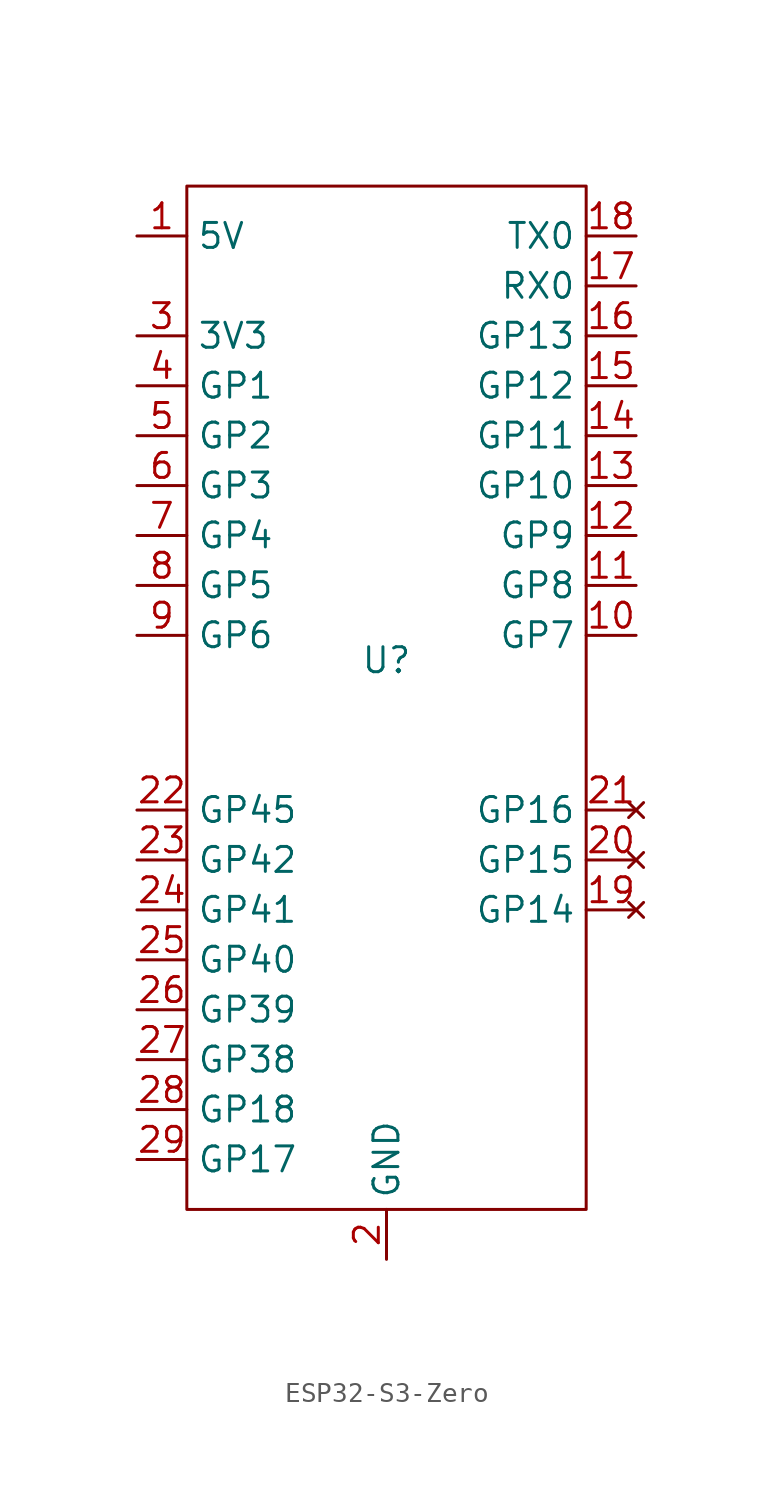
<source format=kicad_sym>
(kicad_symbol_lib
  (version 20241209)
  (generator "kicad_symbol_editor")
  (generator_version "9.0")
  (symbol "ESP32-S3-Zero"
    (property "Reference" "U"
      (at 0 0 0)
      (effects (font (size 1.27 1.27))))
    (property "Value" ""
      (at 0 0 0)
      (effects (font (size 1.27 1.27))))
    (symbol "ESP32-S3-Zero_0_0"
      (pin bidirectional line (at -12.7 21.59 0) (length 2.54) (name "5V" (effects (font (size 1.27 1.27)))) (number "1" (effects (font (size 1.27 1.27)))))
      (pin bidirectional line (at -12.7 16.51 0) (length 2.54) (name "3V3" (effects (font (size 1.27 1.27)))) (number "3" (effects (font (size 1.27 1.27)))))
      (pin bidirectional line (at -12.7 13.97 0) (length 2.54) (name "GP1" (effects (font (size 1.27 1.27)))) (number "4" (effects (font (size 1.27 1.27)))))
      (pin bidirectional line (at -12.7 11.43 0) (length 2.54) (name "GP2" (effects (font (size 1.27 1.27)))) (number "5" (effects (font (size 1.27 1.27)))))
      (pin bidirectional line (at -12.7 8.89 0) (length 2.54) (name "GP3" (effects (font (size 1.27 1.27)))) (number "6" (effects (font (size 1.27 1.27)))))
      (pin bidirectional line (at -12.7 6.35 0) (length 2.54) (name "GP4" (effects (font (size 1.27 1.27)))) (number "7" (effects (font (size 1.27 1.27)))))
      (pin bidirectional line (at -12.7 3.81 0) (length 2.54) (name "GP5" (effects (font (size 1.27 1.27)))) (number "8" (effects (font (size 1.27 1.27)))))
      (pin bidirectional line (at -12.7 1.27 0) (length 2.54) (name "GP6" (effects (font (size 1.27 1.27)))) (number "9" (effects (font (size 1.27 1.27)))))
      (pin bidirectional line (at -12.7 -7.62 0) (length 2.54) (name "GP45" (effects (font (size 1.27 1.27)))) (number "22" (effects (font (size 1.27 1.27)))))
      (pin bidirectional line (at -12.7 -10.16 0) (length 2.54) (name "GP42" (effects (font (size 1.27 1.27)))) (number "23" (effects (font (size 1.27 1.27)))))
      (pin bidirectional line (at -12.7 -12.7 0) (length 2.54) (name "GP41" (effects (font (size 1.27 1.27)))) (number "24" (effects (font (size 1.27 1.27)))))
      (pin bidirectional line (at -12.7 -15.24 0) (length 2.54) (name "GP40" (effects (font (size 1.27 1.27)))) (number "25" (effects (font (size 1.27 1.27)))))
      (pin bidirectional line (at -12.7 -17.78 0) (length 2.54) (name "GP39" (effects (font (size 1.27 1.27)))) (number "26" (effects (font (size 1.27 1.27)))))
      (pin bidirectional line (at -12.7 -20.32 0) (length 2.54) (name "GP38" (effects (font (size 1.27 1.27)))) (number "27" (effects (font (size 1.27 1.27)))))
      (pin bidirectional line (at -12.7 -22.86 0) (length 2.54) (name "GP18" (effects (font (size 1.27 1.27)))) (number "28" (effects (font (size 1.27 1.27)))))
      (pin bidirectional line (at -12.7 -25.4 0) (length 2.54) (name "GP17" (effects (font (size 1.27 1.27)))) (number "29" (effects (font (size 1.27 1.27)))))
      (pin bidirectional line (at 12.7 21.59 180) (length 2.54) (name "TX0" (effects (font (size 1.27 1.27)))) (number "18" (effects (font (size 1.27 1.27)))))
      (pin bidirectional line (at 12.7 19.05 180) (length 2.54) (name "RX0" (effects (font (size 1.27 1.27)))) (number "17" (effects (font (size 1.27 1.27)))))
      (pin bidirectional line (at 12.7 16.51 180) (length 2.54) (name "GP13" (effects (font (size 1.27 1.27)))) (number "16" (effects (font (size 1.27 1.27)))))
      (pin bidirectional line (at 12.7 13.97 180) (length 2.54) (name "GP12" (effects (font (size 1.27 1.27)))) (number "15" (effects (font (size 1.27 1.27)))))
      (pin bidirectional line (at 12.7 11.43 180) (length 2.54) (name "GP11" (effects (font (size 1.27 1.27)))) (number "14" (effects (font (size 1.27 1.27)))))
      (pin bidirectional line (at 12.7 8.89 180) (length 2.54) (name "GP10" (effects (font (size 1.27 1.27)))) (number "13" (effects (font (size 1.27 1.27)))))
      (pin bidirectional line (at 12.7 6.35 180) (length 2.54) (name "GP9" (effects (font (size 1.27 1.27)))) (number "12" (effects (font (size 1.27 1.27)))))
      (pin bidirectional line (at 12.7 3.81 180) (length 2.54) (name "GP8" (effects (font (size 1.27 1.27)))) (number "11" (effects (font (size 1.27 1.27)))))
      (pin bidirectional line (at 12.7 1.27 180) (length 2.54) (name "GP7" (effects (font (size 1.27 1.27)))) (number "10" (effects (font (size 1.27 1.27))))))
    (symbol "ESP32-S3-Zero_0_1"
      (rectangle (start -10.16 24.13) (end 10.16 -27.94) (stroke (width 0) (type default)) (fill (type none))))
    (symbol "ESP32-S3-Zero_1_0"
      (pin bidirectional line (at 0 -30.48 90) (length 2.54) (name "GND" (effects (font (size 1.27 1.27)))) (number "2" (effects (font (size 1.27 1.27)))))
      (pin no_connect line (at 12.7 -7.62 180) (length 2.54) (name "GP16" (effects (font (size 1.27 1.27)))) (number "21" (effects (font (size 1.27 1.27)))))
      (pin no_connect line (at 12.7 -10.16 180) (length 2.54) (name "GP15" (effects (font (size 1.27 1.27)))) (number "20" (effects (font (size 1.27 1.27)))))
      (pin no_connect line (at 12.7 -12.7 180) (length 2.54) (name "GP14" (effects (font (size 1.27 1.27)))) (number "19" (effects (font (size 1.27 1.27))))))))
</source>
